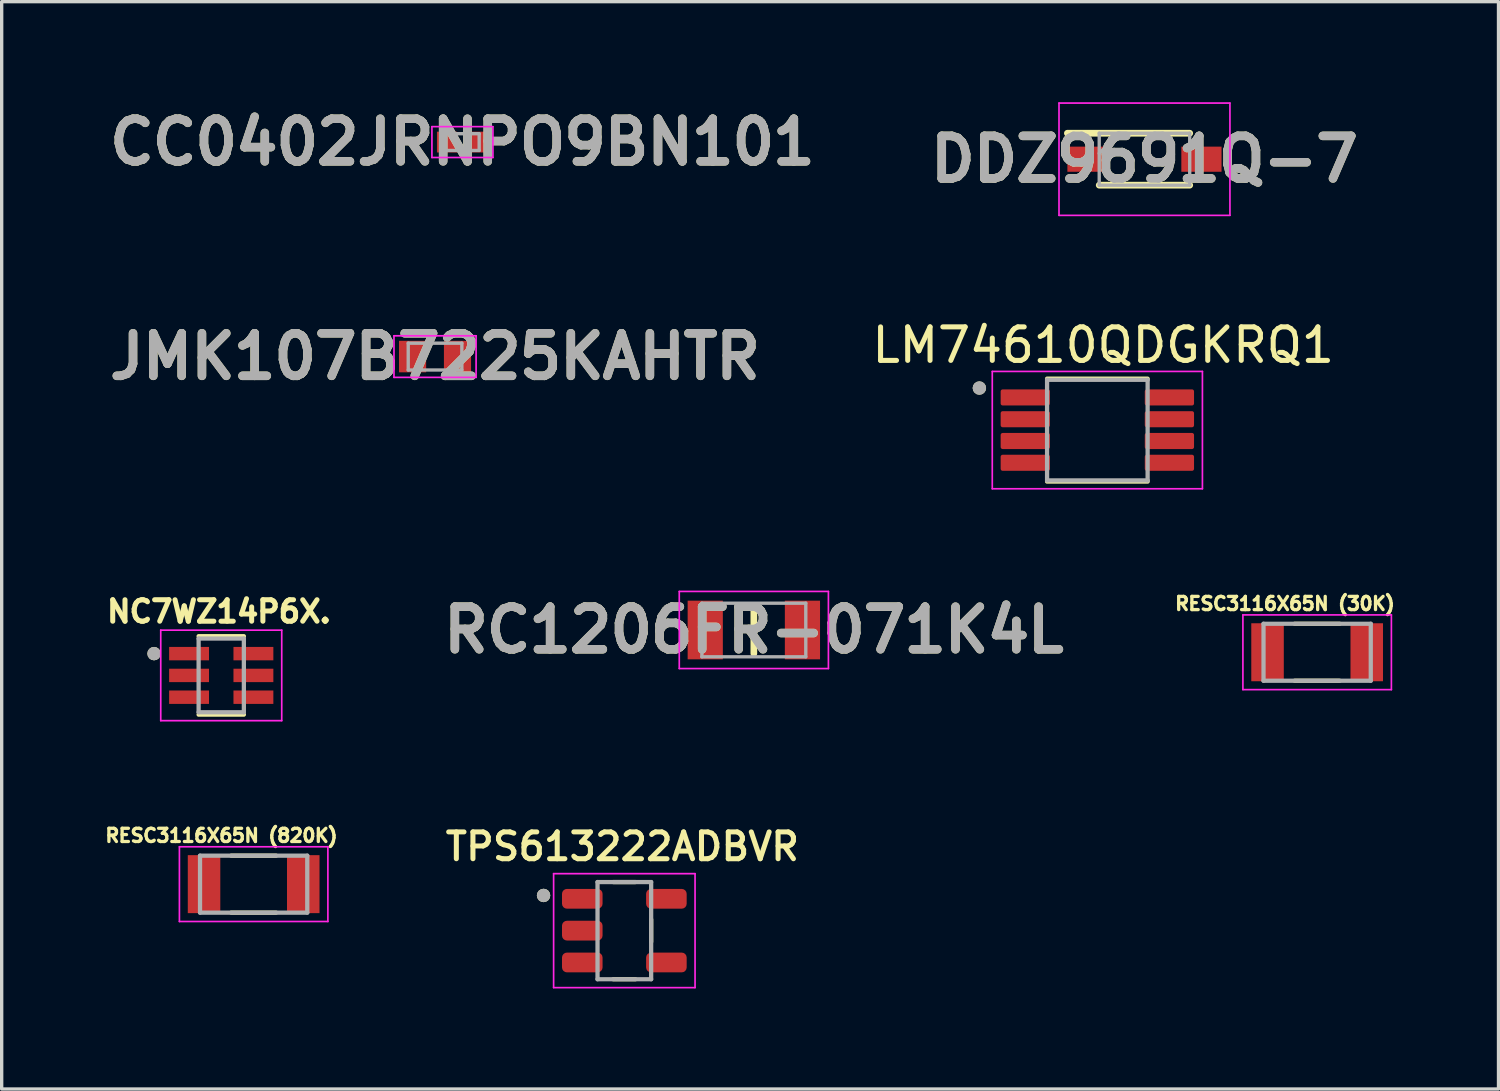
<source format=kicad_pcb>
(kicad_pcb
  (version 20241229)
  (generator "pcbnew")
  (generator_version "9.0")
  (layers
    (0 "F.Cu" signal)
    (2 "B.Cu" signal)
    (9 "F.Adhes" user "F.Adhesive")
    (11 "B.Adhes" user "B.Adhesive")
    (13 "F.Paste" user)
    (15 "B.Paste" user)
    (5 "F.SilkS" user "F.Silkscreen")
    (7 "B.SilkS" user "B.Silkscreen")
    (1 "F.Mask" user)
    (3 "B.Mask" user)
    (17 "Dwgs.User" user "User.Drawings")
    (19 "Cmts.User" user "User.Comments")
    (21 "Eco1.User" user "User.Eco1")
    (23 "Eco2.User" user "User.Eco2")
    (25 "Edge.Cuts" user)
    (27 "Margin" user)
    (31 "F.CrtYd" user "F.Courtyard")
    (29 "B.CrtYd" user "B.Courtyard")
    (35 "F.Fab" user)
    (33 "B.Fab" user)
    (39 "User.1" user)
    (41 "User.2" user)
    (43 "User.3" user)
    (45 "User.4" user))
  (footprint "RESC3116X65N (30K)"
    (layer "F.Cu")
    (at 36.249 16.411)
    (property "Reference" "RESC3116X65N (30K)" (at -0.96 -1.45 0) (layer "F.SilkS") (effects (font (size 0.394 0.394) (thickness 0.15))))
    (attr smd)
    (fp_line (start -0.67 -0.85) (end 0.67 -0.85) (stroke (width 0.127) (type solid)) (layer "F.SilkS"))
    (fp_line (start -0.67 0.85) (end 0.67 0.85) (stroke (width 0.127) (type solid)) (layer "F.SilkS"))
    (fp_line (start -2.215 -1.115) (end 2.215 -1.115) (stroke (width 0.05) (type solid)) (layer "F.CrtYd"))
    (fp_line (start -2.215 1.115) (end -2.215 -1.115) (stroke (width 0.05) (type solid)) (layer "F.CrtYd"))
    (fp_line (start -2.215 1.115) (end 2.215 1.115) (stroke (width 0.05) (type solid)) (layer "F.CrtYd"))
    (fp_line (start 2.215 1.115) (end 2.215 -1.115) (stroke (width 0.05) (type solid)) (layer "F.CrtYd"))
    (fp_line (start -1.6 0.85) (end -1.6 -0.85) (stroke (width 0.127) (type solid)) (layer "F.Fab"))
    (fp_line (start 1.6 -0.85) (end -1.6 -0.85) (stroke (width 0.127) (type solid)) (layer "F.Fab"))
    (fp_line (start 1.6 0.85) (end -1.6 0.85) (stroke (width 0.127) (type solid)) (layer "F.Fab"))
    (fp_line (start 1.6 0.85) (end 1.6 -0.85) (stroke (width 0.127) (type solid)) (layer "F.Fab"))
    (pad "1" smd rect (at -1.48 0) (size 0.97 1.73) (layers "F.Cu" "F.Mask" "F.Paste"))
    (pad "2" smd rect (at 1.48 0) (size 0.97 1.73) (layers "F.Cu" "F.Mask" "F.Paste")))
  (footprint "TPS613222ADBVR"
    (layer "F.Cu")
    (at 15.578 24.717)
    (property "Reference" "TPS613222ADBVR" (at -0.06 -2.508 0) (layer "F.SilkS") (effects (font (size 0.8 0.8) (thickness 0.15))))
    (attr smd)
    (fp_line (start -0.33 -1.45) (end 0.33 -1.45) (stroke (width 0.127) (type solid)) (layer "F.SilkS"))
    (fp_line (start 0.33 1.45) (end -0.33 1.45) (stroke (width 0.127) (type solid)) (layer "F.SilkS"))
    (fp_line (start 0.8 -0.335) (end 0.8 0.335) (stroke (width 0.127) (type solid)) (layer "F.SilkS"))
    (fp_circle (center -2.41 -1.05) (end -2.31 -1.05) (stroke (width 0.2) (type solid)) (fill no) (layer "F.SilkS"))
    (fp_line (start -2.11 -1.7) (end 2.11 -1.7) (stroke (width 0.05) (type solid)) (layer "F.CrtYd"))
    (fp_line (start -2.11 1.7) (end -2.11 -1.7) (stroke (width 0.05) (type solid)) (layer "F.CrtYd"))
    (fp_line (start 2.11 -1.7) (end 2.11 1.7) (stroke (width 0.05) (type solid)) (layer "F.CrtYd"))
    (fp_line (start 2.11 1.7) (end -2.11 1.7) (stroke (width 0.05) (type solid)) (layer "F.CrtYd"))
    (fp_line (start -0.8 -1.45) (end 0.8 -1.45) (stroke (width 0.127) (type solid)) (layer "F.Fab"))
    (fp_line (start -0.8 1.45) (end -0.8 -1.45) (stroke (width 0.127) (type solid)) (layer "F.Fab"))
    (fp_line (start 0.8 -1.45) (end 0.8 1.45) (stroke (width 0.127) (type solid)) (layer "F.Fab"))
    (fp_line (start 0.8 1.45) (end -0.8 1.45) (stroke (width 0.127) (type solid)) (layer "F.Fab"))
    (fp_circle (center -2.41 -1.05) (end -2.31 -1.05) (stroke (width 0.2) (type solid)) (fill no) (layer "F.Fab"))
    (pad "1" smd roundrect (at -1.255 -0.95) (size 1.21 0.59) (layers "F.Cu" "F.Mask" "F.Paste") (roundrect_rratio 0.25))
    (pad "2" smd roundrect (at -1.255 0) (size 1.21 0.59) (layers "F.Cu" "F.Mask" "F.Paste") (roundrect_rratio 0.25))
    (pad "3" smd roundrect (at -1.255 0.95) (size 1.21 0.59) (layers "F.Cu" "F.Mask" "F.Paste") (roundrect_rratio 0.25))
    (pad "4" smd roundrect (at 1.255 0.95) (size 1.21 0.59) (layers "F.Cu" "F.Mask" "F.Paste") (roundrect_rratio 0.25))
    (pad "5" smd roundrect (at 1.255 -0.95) (size 1.21 0.59) (layers "F.Cu" "F.Mask" "F.Paste") (roundrect_rratio 0.25)))
  (footprint "LM74610QDGKRQ1"
    (layer "F.Cu")
    (at 29.691 9.783)
    (property "Reference" "LM74610QDGKRQ1" (at 0.175 -2.535 0) (layer "F.SilkS") (effects (font (size 1 1) (thickness 0.15))))
    (attr smd)
    (fp_line (start -1.5 -1.535) (end 1.5 -1.535) (stroke (width 0.127) (type solid)) (layer "F.SilkS"))
    (fp_line (start -1.5 1.535) (end 1.5 1.535) (stroke (width 0.127) (type solid)) (layer "F.SilkS"))
    (fp_circle (center -3.52 -1.255) (end -3.42 -1.255) (stroke (width 0.2) (type solid)) (fill no) (layer "F.SilkS"))
    (fp_line (start -3.135 -1.75) (end -3.135 1.75) (stroke (width 0.05) (type solid)) (layer "F.CrtYd"))
    (fp_line (start -3.135 -1.75) (end 3.135 -1.75) (stroke (width 0.05) (type solid)) (layer "F.CrtYd"))
    (fp_line (start -3.135 1.75) (end 3.135 1.75) (stroke (width 0.05) (type solid)) (layer "F.CrtYd"))
    (fp_line (start 3.135 -1.75) (end 3.135 1.75) (stroke (width 0.05) (type solid)) (layer "F.CrtYd"))
    (fp_line (start -1.5 -1.5) (end -1.5 1.5) (stroke (width 0.127) (type solid)) (layer "F.Fab"))
    (fp_line (start -1.5 -1.5) (end 1.5 -1.5) (stroke (width 0.127) (type solid)) (layer "F.Fab"))
    (fp_line (start -1.5 1.5) (end 1.5 1.5) (stroke (width 0.127) (type solid)) (layer "F.Fab"))
    (fp_line (start 1.5 -1.5) (end 1.5 1.5) (stroke (width 0.127) (type solid)) (layer "F.Fab"))
    (fp_circle (center -3.52 -1.255) (end -3.42 -1.255) (stroke (width 0.2) (type solid)) (fill no) (layer "F.Fab"))
    (pad "1" smd roundrect (at -2.15 -0.975) (size 1.47 0.48) (layers "F.Cu" "F.Mask" "F.Paste") (roundrect_rratio 0.125))
    (pad "2" smd roundrect (at -2.15 -0.325) (size 1.47 0.48) (layers "F.Cu" "F.Mask" "F.Paste") (roundrect_rratio 0.125))
    (pad "3" smd roundrect (at -2.15 0.325) (size 1.47 0.48) (layers "F.Cu" "F.Mask" "F.Paste") (roundrect_rratio 0.125))
    (pad "4" smd roundrect (at -2.15 0.975) (size 1.47 0.48) (layers "F.Cu" "F.Mask" "F.Paste") (roundrect_rratio 0.125))
    (pad "5" smd roundrect (at 2.15 0.975) (size 1.47 0.48) (layers "F.Cu" "F.Mask" "F.Paste") (roundrect_rratio 0.125))
    (pad "6" smd roundrect (at 2.15 0.325) (size 1.47 0.48) (layers "F.Cu" "F.Mask" "F.Paste") (roundrect_rratio 0.125))
    (pad "7" smd roundrect (at 2.15 -0.325) (size 1.47 0.48) (layers "F.Cu" "F.Mask" "F.Paste") (roundrect_rratio 0.125))
    (pad "8" smd roundrect (at 2.15 -0.975) (size 1.47 0.48) (layers "F.Cu" "F.Mask" "F.Paste") (roundrect_rratio 0.125)))
  (footprint "RC1206FR-071K4L"
    (layer "F.Cu")
    (at 19.442 15.747)
    (property "Reference" "RC1206FR-071K4L" (at 0 0 0) (layer "F.SilkS") (effects (font (size 1.27 1.27) (thickness 0.254))))
    (attr smd)
    (fp_line (start 0 -0.7) (end 0 0.7) (stroke (width 0.2) (type solid)) (layer "F.SilkS"))
    (fp_line (start -2.225 -1.15) (end 2.225 -1.15) (stroke (width 0.05) (type solid)) (layer "F.CrtYd"))
    (fp_line (start -2.225 1.15) (end -2.225 -1.15) (stroke (width 0.05) (type solid)) (layer "F.CrtYd"))
    (fp_line (start 2.225 -1.15) (end 2.225 1.15) (stroke (width 0.05) (type solid)) (layer "F.CrtYd"))
    (fp_line (start 2.225 1.15) (end -2.225 1.15) (stroke (width 0.05) (type solid)) (layer "F.CrtYd"))
    (fp_line (start -1.55 -0.8) (end 1.55 -0.8) (stroke (width 0.1) (type solid)) (layer "F.Fab"))
    (fp_line (start -1.55 0.8) (end -1.55 -0.8) (stroke (width 0.1) (type solid)) (layer "F.Fab"))
    (fp_line (start 1.55 -0.8) (end 1.55 0.8) (stroke (width 0.1) (type solid)) (layer "F.Fab"))
    (fp_line (start 1.55 0.8) (end -1.55 0.8) (stroke (width 0.1) (type solid)) (layer "F.Fab"))
    (fp_text user "${REFERENCE}" (at 0 0 0) (layer "F.Fab") (effects (font (size 1.27 1.27) (thickness 0.254))))
    (pad "1" smd rect (at -1.45 0) (size 1.05 1.75) (layers "F.Cu" "F.Mask" "F.Paste"))
    (pad "2" smd rect (at 1.45 0) (size 1.05 1.75) (layers "F.Cu" "F.Mask" "F.Paste")))
  (footprint "JMK107B7225KAHTR"
    (layer "F.Cu")
    (at 9.93 7.589)
    (property "Reference" "JMK107B7225KAHTR" (at 0 0 0) (layer "F.SilkS") (effects (font (size 1.27 1.27) (thickness 0.254))))
    (attr smd)
    (fp_line (start -1.225 -0.62) (end 1.225 -0.62) (stroke (width 0.05) (type solid)) (layer "F.CrtYd"))
    (fp_line (start -1.225 0.62) (end -1.225 -0.62) (stroke (width 0.05) (type solid)) (layer "F.CrtYd"))
    (fp_line (start 1.225 -0.62) (end 1.225 0.62) (stroke (width 0.05) (type solid)) (layer "F.CrtYd"))
    (fp_line (start 1.225 0.62) (end -1.225 0.62) (stroke (width 0.05) (type solid)) (layer "F.CrtYd"))
    (fp_line (start -0.8 -0.4) (end 0.8 -0.4) (stroke (width 0.1) (type solid)) (layer "F.Fab"))
    (fp_line (start -0.8 0.4) (end -0.8 -0.4) (stroke (width 0.1) (type solid)) (layer "F.Fab"))
    (fp_line (start 0.8 -0.4) (end 0.8 0.4) (stroke (width 0.1) (type solid)) (layer "F.Fab"))
    (fp_line (start 0.8 0.4) (end -0.8 0.4) (stroke (width 0.1) (type solid)) (layer "F.Fab"))
    (fp_text user "${REFERENCE}" (at 0 0 0) (layer "F.Fab") (effects (font (size 1.27 1.27) (thickness 0.254))))
    (pad "1" smd rect (at -0.67 0) (size 0.81 0.94) (layers "F.Cu" "F.Mask" "F.Paste"))
    (pad "2" smd rect (at 0.67 0) (size 0.81 0.94) (layers "F.Cu" "F.Mask" "F.Paste")))
  (footprint "DDZ9691Q-7"
    (layer "F.Cu")
    (at 31.097 1.7)
    (property "Reference" "DDZ9691Q-7" (at 0 0 0) (layer "F.SilkS") (effects (font (size 1.27 1.27) (thickness 0.254))))
    (attr smd)
    (fp_line (start -2.3 -0.775) (end 1.35 -0.775) (stroke (width 0.2) (type solid)) (layer "F.SilkS"))
    (fp_line (start -1.35 0.775) (end 1.35 0.775) (stroke (width 0.2) (type solid)) (layer "F.SilkS"))
    (fp_line (start -2.55 -1.675) (end 2.55 -1.675) (stroke (width 0.05) (type solid)) (layer "F.CrtYd"))
    (fp_line (start -2.55 1.675) (end -2.55 -1.675) (stroke (width 0.05) (type solid)) (layer "F.CrtYd"))
    (fp_line (start 2.55 -1.675) (end 2.55 1.675) (stroke (width 0.05) (type solid)) (layer "F.CrtYd"))
    (fp_line (start 2.55 1.675) (end -2.55 1.675) (stroke (width 0.05) (type solid)) (layer "F.CrtYd"))
    (fp_line (start -1.35 -0.775) (end 1.35 -0.775) (stroke (width 0.1) (type solid)) (layer "F.Fab"))
    (fp_line (start -1.35 -0.175) (end -0.75 -0.775) (stroke (width 0.1) (type solid)) (layer "F.Fab"))
    (fp_line (start -1.35 0.775) (end -1.35 -0.775) (stroke (width 0.1) (type solid)) (layer "F.Fab"))
    (fp_line (start 1.35 -0.775) (end 1.35 0.775) (stroke (width 0.1) (type solid)) (layer "F.Fab"))
    (fp_line (start 1.35 0.775) (end -1.35 0.775) (stroke (width 0.1) (type solid)) (layer "F.Fab"))
    (fp_text user "${REFERENCE}" (at 0 0 0) (layer "F.Fab") (effects (font (size 1.27 1.27) (thickness 0.254))))
    (pad "1" smd rect (at -1.7 0 90) (size 0.75 1.2) (layers "F.Cu" "F.Mask" "F.Paste"))
    (pad "2" smd rect (at 1.7 0 90) (size 0.75 1.2) (layers "F.Cu" "F.Mask" "F.Paste")))
  (footprint "RESC3116X65N (820K)"
    (layer "F.Cu")
    (at 4.518 23.33)
    (property "Reference" "RESC3116X65N (820K)" (at -0.96 -1.45 0) (layer "F.SilkS") (effects (font (size 0.394 0.394) (thickness 0.15))))
    (attr smd)
    (fp_line (start -0.67 -0.85) (end 0.67 -0.85) (stroke (width 0.127) (type solid)) (layer "F.SilkS"))
    (fp_line (start -0.67 0.85) (end 0.67 0.85) (stroke (width 0.127) (type solid)) (layer "F.SilkS"))
    (fp_line (start -2.215 -1.115) (end 2.215 -1.115) (stroke (width 0.05) (type solid)) (layer "F.CrtYd"))
    (fp_line (start -2.215 1.115) (end -2.215 -1.115) (stroke (width 0.05) (type solid)) (layer "F.CrtYd"))
    (fp_line (start -2.215 1.115) (end 2.215 1.115) (stroke (width 0.05) (type solid)) (layer "F.CrtYd"))
    (fp_line (start 2.215 1.115) (end 2.215 -1.115) (stroke (width 0.05) (type solid)) (layer "F.CrtYd"))
    (fp_line (start -1.6 0.85) (end -1.6 -0.85) (stroke (width 0.127) (type solid)) (layer "F.Fab"))
    (fp_line (start 1.6 -0.85) (end -1.6 -0.85) (stroke (width 0.127) (type solid)) (layer "F.Fab"))
    (fp_line (start 1.6 0.85) (end -1.6 0.85) (stroke (width 0.127) (type solid)) (layer "F.Fab"))
    (fp_line (start 1.6 0.85) (end 1.6 -0.85) (stroke (width 0.127) (type solid)) (layer "F.Fab"))
    (pad "1" smd rect (at -1.48 0) (size 0.97 1.73) (layers "F.Cu" "F.Mask" "F.Paste"))
    (pad "2" smd rect (at 1.48 0) (size 0.97 1.73) (layers "F.Cu" "F.Mask" "F.Paste")))
  (footprint "NC7WZ14P6X."
    (layer "F.Cu")
    (at 3.551 17.102)
    (property "Reference" "NC7WZ14P6X." (at -0.068 -1.906 0) (layer "F.SilkS") (effects (font (size 0.64 0.64) (thickness 0.15))))
    (attr smd)
    (fp_line (start -0.675 1.17) (end 0.675 1.17) (stroke (width 0.127) (type solid)) (layer "F.SilkS"))
    (fp_line (start 0.675 -1.17) (end -0.675 -1.17) (stroke (width 0.127) (type solid)) (layer "F.SilkS"))
    (fp_circle (center -2.005 -0.65) (end -1.905 -0.65) (stroke (width 0.2) (type solid)) (fill no) (layer "F.SilkS"))
    (fp_line (start -1.805 -1.35) (end 1.805 -1.35) (stroke (width 0.05) (type solid)) (layer "F.CrtYd"))
    (fp_line (start -1.805 1.35) (end -1.805 -1.35) (stroke (width 0.05) (type solid)) (layer "F.CrtYd"))
    (fp_line (start 1.805 -1.35) (end 1.805 1.35) (stroke (width 0.05) (type solid)) (layer "F.CrtYd"))
    (fp_line (start 1.805 1.35) (end -1.805 1.35) (stroke (width 0.05) (type solid)) (layer "F.CrtYd"))
    (fp_line (start -0.675 -1.1) (end -0.675 1.1) (stroke (width 0.127) (type solid)) (layer "F.Fab"))
    (fp_line (start -0.675 1.1) (end 0.675 1.1) (stroke (width 0.127) (type solid)) (layer "F.Fab"))
    (fp_line (start 0.675 -1.1) (end -0.675 -1.1) (stroke (width 0.127) (type solid)) (layer "F.Fab"))
    (fp_line (start 0.675 1.1) (end 0.675 -1.1) (stroke (width 0.127) (type solid)) (layer "F.Fab"))
    (fp_circle (center -2.005 -0.65) (end -1.905 -0.65) (stroke (width 0.2) (type solid)) (fill no) (layer "F.Fab"))
    (pad "1" smd rect (at -0.96 -0.65) (size 1.19 0.4) (layers "F.Cu" "F.Mask" "F.Paste"))
    (pad "2" smd rect (at -0.96 0) (size 1.19 0.4) (layers "F.Cu" "F.Mask" "F.Paste"))
    (pad "3" smd rect (at -0.96 0.65) (size 1.19 0.4) (layers "F.Cu" "F.Mask" "F.Paste"))
    (pad "4" smd rect (at 0.96 0.65) (size 1.19 0.4) (layers "F.Cu" "F.Mask" "F.Paste"))
    (pad "5" smd rect (at 0.96 0) (size 1.19 0.4) (layers "F.Cu" "F.Mask" "F.Paste"))
    (pad "6" smd rect (at 0.96 -0.65) (size 1.19 0.4) (layers "F.Cu" "F.Mask" "F.Paste")))
  (footprint "CC0402JRNPO9BN101"
    (layer "F.Cu")
    (at 10.747 1.189)
    (property "Reference" "CC0402JRNPO9BN101" (at 0 0 0) (layer "F.SilkS") (effects (font (size 1.27 1.27) (thickness 0.254))))
    (attr smd)
    (fp_line (start -0.91 -0.46) (end 0.91 -0.46) (stroke (width 0.05) (type solid)) (layer "F.CrtYd"))
    (fp_line (start -0.91 0.46) (end -0.91 -0.46) (stroke (width 0.05) (type solid)) (layer "F.CrtYd"))
    (fp_line (start 0.91 -0.46) (end 0.91 0.46) (stroke (width 0.05) (type solid)) (layer "F.CrtYd"))
    (fp_line (start 0.91 0.46) (end -0.91 0.46) (stroke (width 0.05) (type solid)) (layer "F.CrtYd"))
    (fp_line (start -0.5 -0.25) (end 0.5 -0.25) (stroke (width 0.1) (type solid)) (layer "F.Fab"))
    (fp_line (start -0.5 0.25) (end -0.5 -0.25) (stroke (width 0.1) (type solid)) (layer "F.Fab"))
    (fp_line (start 0.5 -0.25) (end 0.5 0.25) (stroke (width 0.1) (type solid)) (layer "F.Fab"))
    (fp_line (start 0.5 0.25) (end -0.5 0.25) (stroke (width 0.1) (type solid)) (layer "F.Fab"))
    (fp_text user "${REFERENCE}" (at 0 0 0) (layer "F.Fab") (effects (font (size 1.27 1.27) (thickness 0.254))))
    (pad "1" smd rect (at -0.46 0) (size 0.6 0.62) (layers "F.Cu" "F.Mask" "F.Paste"))
    (pad "2" smd rect (at 0.46 0) (size 0.6 0.62) (layers "F.Cu" "F.Mask" "F.Paste")))
  (gr_rect
    (start -3 -3)
    (end 41.66 29.442)
    (stroke (width 0.1) (type default))
    (fill no)
    (layer "Edge.Cuts")))
</source>
